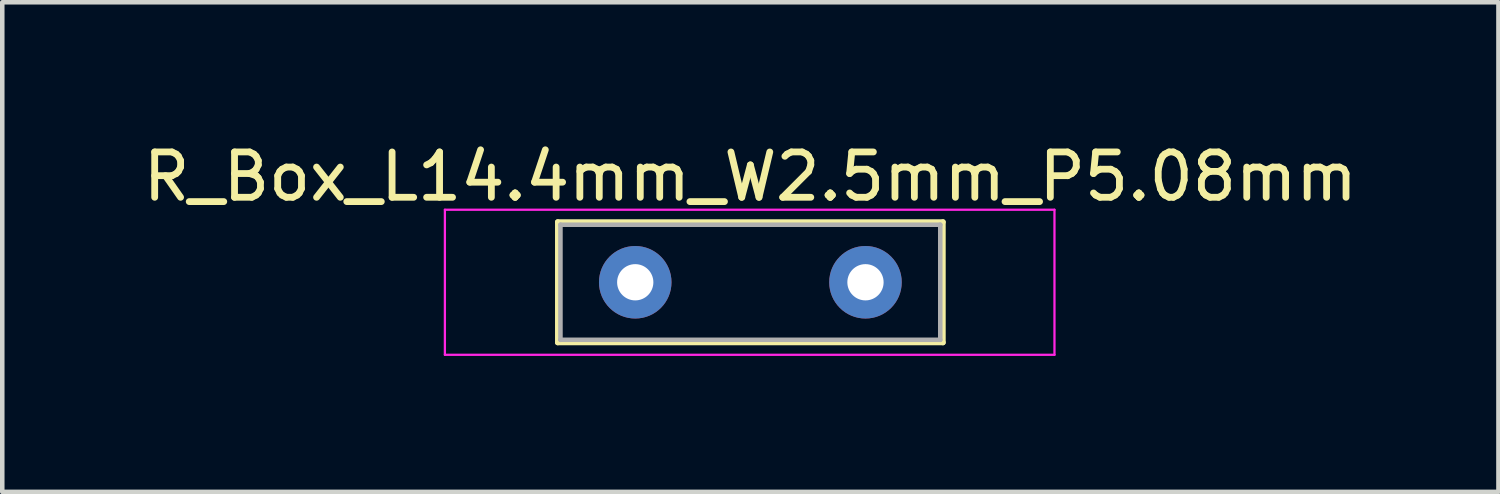
<source format=kicad_pcb>
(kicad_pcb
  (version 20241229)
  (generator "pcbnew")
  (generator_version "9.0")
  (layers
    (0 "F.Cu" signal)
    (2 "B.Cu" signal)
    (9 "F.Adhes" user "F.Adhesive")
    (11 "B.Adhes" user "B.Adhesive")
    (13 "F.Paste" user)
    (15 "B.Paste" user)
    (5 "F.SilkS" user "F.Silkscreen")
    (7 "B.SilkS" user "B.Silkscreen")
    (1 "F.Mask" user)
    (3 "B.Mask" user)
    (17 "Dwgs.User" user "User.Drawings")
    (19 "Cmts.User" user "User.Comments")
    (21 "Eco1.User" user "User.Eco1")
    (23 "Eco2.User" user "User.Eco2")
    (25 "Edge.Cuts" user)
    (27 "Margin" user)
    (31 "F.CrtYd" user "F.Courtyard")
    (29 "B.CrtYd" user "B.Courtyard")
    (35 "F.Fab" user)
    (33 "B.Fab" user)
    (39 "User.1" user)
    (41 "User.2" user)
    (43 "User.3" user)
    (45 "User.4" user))
  (footprint "R_Box_L14.4mm_W2.5mm_P5.08mm"
    (layer "F.Cu")
    (at 10.966 3.178)
    (property "Reference" "R_Box_L14.4mm_W2.5mm_P5.08mm" (at 2.54 -2.33 0) (layer "F.SilkS") (effects (font (size 1 1) (thickness 0.15))))
    (attr through_hole)
    (fp_line (start -1.71 -1.33) (end -1.71 1.33) (stroke (width 0.12) (type solid)) (layer "F.SilkS"))
    (fp_line (start -1.71 -1.33) (end 6.79 -1.33) (stroke (width 0.12) (type solid)) (layer "F.SilkS"))
    (fp_line (start -1.71 1.33) (end 6.79 1.33) (stroke (width 0.12) (type solid)) (layer "F.SilkS"))
    (fp_line (start 6.79 -1.33) (end 6.79 1.33) (stroke (width 0.12) (type solid)) (layer "F.SilkS"))
    (fp_line (start -4.2 -1.6) (end -4.2 1.6) (stroke (width 0.05) (type solid)) (layer "F.CrtYd"))
    (fp_line (start -4.2 -1.6) (end 9.25 -1.6) (stroke (width 0.05) (type solid)) (layer "F.CrtYd"))
    (fp_line (start -4.2 1.6) (end 9.25 1.6) (stroke (width 0.05) (type solid)) (layer "F.CrtYd"))
    (fp_line (start 9.25 1.6) (end 9.25 -1.6) (stroke (width 0.05) (type solid)) (layer "F.CrtYd"))
    (fp_line (start -1.65 -1.27) (end -1.65 1.27) (stroke (width 0.1) (type solid)) (layer "F.Fab"))
    (fp_line (start -1.65 1.27) (end 6.73 1.27) (stroke (width 0.1) (type solid)) (layer "F.Fab"))
    (fp_line (start 6.73 -1.27) (end -1.65 -1.27) (stroke (width 0.1) (type solid)) (layer "F.Fab"))
    (fp_line (start 6.73 1.27) (end 6.73 -1.27) (stroke (width 0.1) (type solid)) (layer "F.Fab"))
    (pad "1" thru_hole circle (at 0 0) (size 1.6 1.6) (drill 0.8) (layers "*.Cu" "*.Mask"))
    (pad "2" thru_hole circle (at 5.08 0) (size 1.6 1.6) (drill 0.8) (layers "*.Cu" "*.Mask")))
  (gr_rect
    (start -3 -3)
    (end 30.012 7.803)
    (stroke (width 0.1) (type default))
    (fill no)
    (layer "Edge.Cuts")))
</source>
